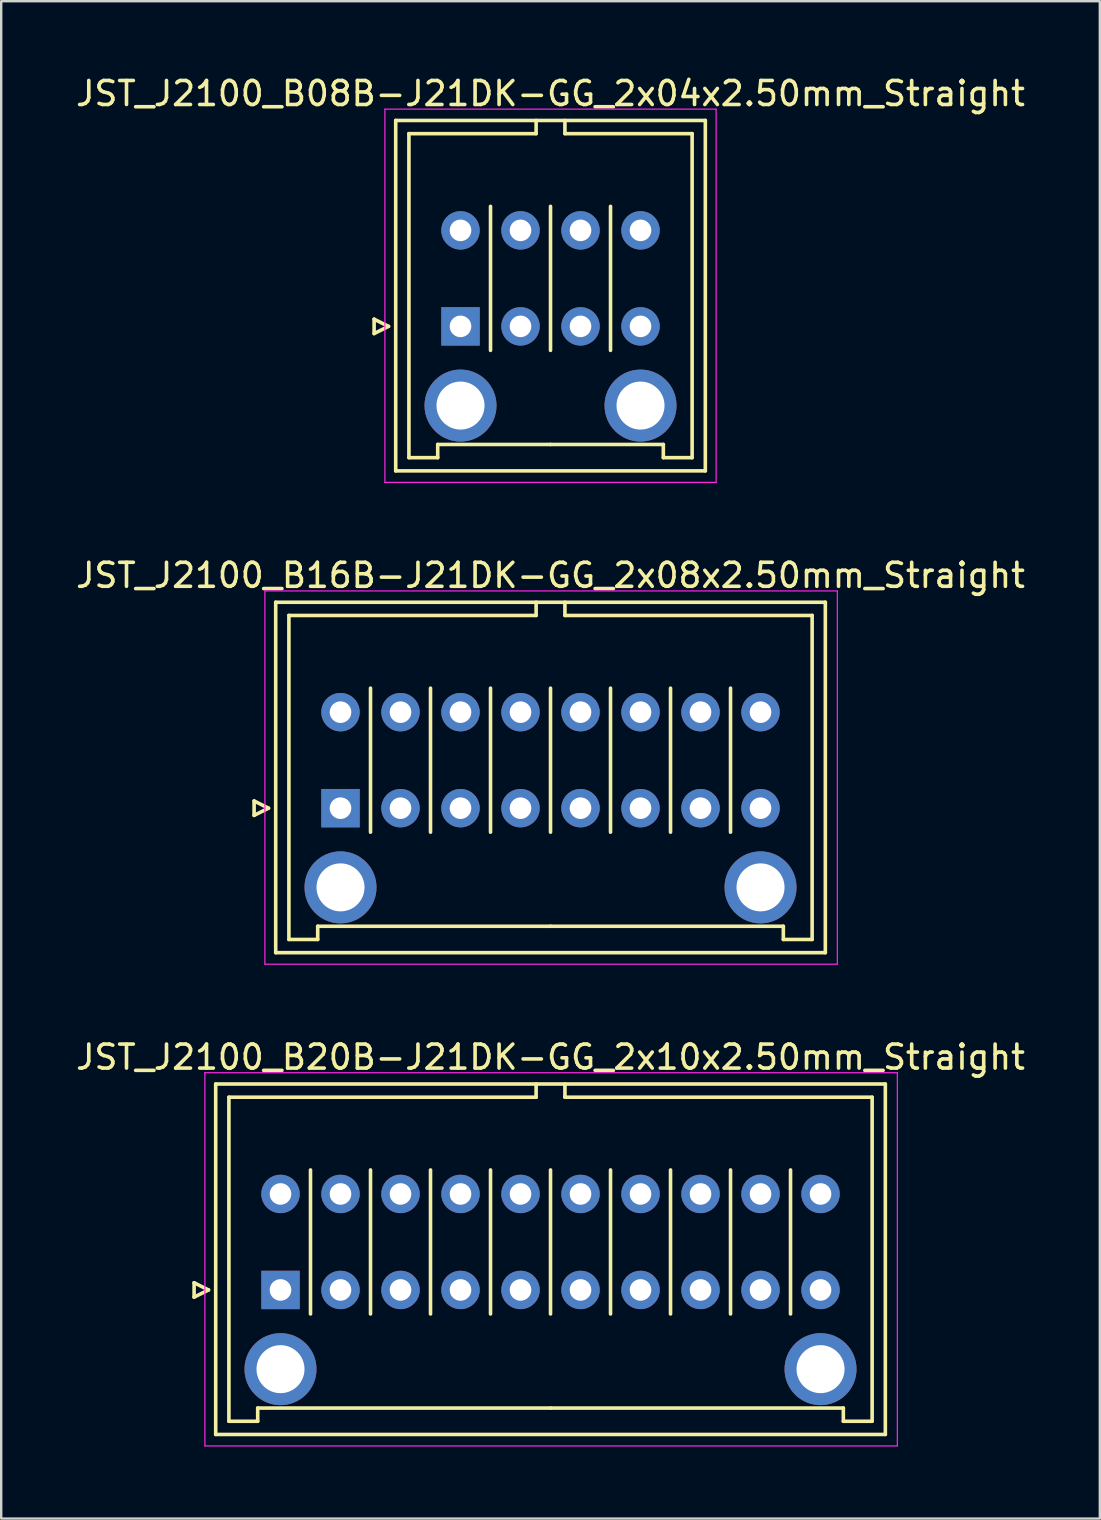
<source format=kicad_pcb>
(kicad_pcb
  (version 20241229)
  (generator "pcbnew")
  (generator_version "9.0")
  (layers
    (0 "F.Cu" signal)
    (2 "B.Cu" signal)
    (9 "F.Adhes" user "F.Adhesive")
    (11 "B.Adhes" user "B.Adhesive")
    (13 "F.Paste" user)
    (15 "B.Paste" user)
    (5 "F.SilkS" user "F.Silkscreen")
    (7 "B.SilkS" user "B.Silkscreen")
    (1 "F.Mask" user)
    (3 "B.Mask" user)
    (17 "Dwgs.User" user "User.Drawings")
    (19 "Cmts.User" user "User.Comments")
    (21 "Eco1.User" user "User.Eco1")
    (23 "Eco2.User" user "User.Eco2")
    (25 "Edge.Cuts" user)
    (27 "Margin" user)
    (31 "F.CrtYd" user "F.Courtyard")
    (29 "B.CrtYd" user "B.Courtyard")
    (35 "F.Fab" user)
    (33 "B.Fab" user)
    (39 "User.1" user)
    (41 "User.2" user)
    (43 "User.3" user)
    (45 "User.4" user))
  (footprint "JST_J2100_B08B-J21DK-GG_2x04x2.50mm_Straight"
    (layer "F.Cu")
    (at 16.137 10.548)
    (property "Reference" "JST_J2100_B08B-J21DK-GG_2x04x2.50mm_Straight" (at 3.75 -9.7 0) (layer "F.SilkS") (effects (font (size 1 1) (thickness 0.15))))
    (attr through_hole)
    (fp_line (start -3.6 -0.3) (end -3 0) (stroke (width 0.15) (type solid)) (layer "F.SilkS"))
    (fp_line (start -3.6 0.3) (end -3.6 -0.3) (stroke (width 0.15) (type solid)) (layer "F.SilkS"))
    (fp_line (start -3 0) (end -3.6 0.3) (stroke (width 0.15) (type solid)) (layer "F.SilkS"))
    (fp_line (start -2.7 -8.58) (end -2.7 6.02) (stroke (width 0.15) (type solid)) (layer "F.SilkS"))
    (fp_line (start -2.7 6.02) (end 10.2 6.02) (stroke (width 0.15) (type solid)) (layer "F.SilkS"))
    (fp_line (start -2.15 -8.03) (end -2.15 5.47) (stroke (width 0.15) (type solid)) (layer "F.SilkS"))
    (fp_line (start -2.15 5.47) (end -0.95 5.47) (stroke (width 0.15) (type solid)) (layer "F.SilkS"))
    (fp_line (start -0.95 4.92) (end 3.75 4.92) (stroke (width 0.15) (type solid)) (layer "F.SilkS"))
    (fp_line (start -0.95 5.47) (end -0.95 4.92) (stroke (width 0.15) (type solid)) (layer "F.SilkS"))
    (fp_line (start 1.25 1) (end 1.25 -5) (stroke (width 0.15) (type solid)) (layer "F.SilkS"))
    (fp_line (start 3.15 -8.58) (end 3.15 -8.03) (stroke (width 0.15) (type solid)) (layer "F.SilkS"))
    (fp_line (start 3.15 -8.03) (end -2.15 -8.03) (stroke (width 0.15) (type solid)) (layer "F.SilkS"))
    (fp_line (start 3.75 1) (end 3.75 -5) (stroke (width 0.15) (type solid)) (layer "F.SilkS"))
    (fp_line (start 4.35 -8.58) (end 4.35 -8.03) (stroke (width 0.15) (type solid)) (layer "F.SilkS"))
    (fp_line (start 4.35 -8.03) (end 9.65 -8.03) (stroke (width 0.15) (type solid)) (layer "F.SilkS"))
    (fp_line (start 6.25 1) (end 6.25 -5) (stroke (width 0.15) (type solid)) (layer "F.SilkS"))
    (fp_line (start 8.45 4.92) (end 3.75 4.92) (stroke (width 0.15) (type solid)) (layer "F.SilkS"))
    (fp_line (start 8.45 5.47) (end 8.45 4.92) (stroke (width 0.15) (type solid)) (layer "F.SilkS"))
    (fp_line (start 9.65 -8.03) (end 9.65 5.47) (stroke (width 0.15) (type solid)) (layer "F.SilkS"))
    (fp_line (start 9.65 5.47) (end 8.45 5.47) (stroke (width 0.15) (type solid)) (layer "F.SilkS"))
    (fp_line (start 10.2 -8.58) (end -2.7 -8.58) (stroke (width 0.15) (type solid)) (layer "F.SilkS"))
    (fp_line (start 10.2 6.02) (end 10.2 -8.58) (stroke (width 0.15) (type solid)) (layer "F.SilkS"))
    (fp_line (start -3.15 -9.05) (end -3.15 6.5) (stroke (width 0.05) (type solid)) (layer "F.CrtYd"))
    (fp_line (start -3.15 6.5) (end 10.65 6.5) (stroke (width 0.05) (type solid)) (layer "F.CrtYd"))
    (fp_line (start 10.65 -9.05) (end -3.15 -9.05) (stroke (width 0.05) (type solid)) (layer "F.CrtYd"))
    (fp_line (start 10.65 6.5) (end 10.65 -9.05) (stroke (width 0.05) (type solid)) (layer "F.CrtYd"))
    (pad "" thru_hole circle (at 0 3.3) (size 3 3) (drill 2) (layers "*.Cu" "*.Mask"))
    (pad "" thru_hole circle (at 7.5 3.3) (size 3 3) (drill 2) (layers "*.Cu" "*.Mask"))
    (pad "1" thru_hole rect (at 0 0) (size 1.6 1.6) (drill 0.9) (layers "*.Cu" "*.Mask"))
    (pad "2" thru_hole circle (at 0 -4) (size 1.6 1.6) (drill 0.9) (layers "*.Cu" "*.Mask"))
    (pad "3" thru_hole circle (at 2.5 0) (size 1.6 1.6) (drill 0.9) (layers "*.Cu" "*.Mask"))
    (pad "4" thru_hole circle (at 2.5 -4) (size 1.6 1.6) (drill 0.9) (layers "*.Cu" "*.Mask"))
    (pad "5" thru_hole circle (at 5 0) (size 1.6 1.6) (drill 0.9) (layers "*.Cu" "*.Mask"))
    (pad "6" thru_hole circle (at 5 -4) (size 1.6 1.6) (drill 0.9) (layers "*.Cu" "*.Mask"))
    (pad "7" thru_hole circle (at 7.5 0) (size 1.6 1.6) (drill 0.9) (layers "*.Cu" "*.Mask"))
    (pad "8" thru_hole circle (at 7.5 -4) (size 1.6 1.6) (drill 0.9) (layers "*.Cu" "*.Mask")))
  (footprint "JST_J2100_B16B-J21DK-GG_2x08x2.50mm_Straight"
    (layer "F.Cu")
    (at 11.137 30.622)
    (property "Reference" "JST_J2100_B16B-J21DK-GG_2x08x2.50mm_Straight" (at 8.75 -9.7 0) (layer "F.SilkS") (effects (font (size 1 1) (thickness 0.15))))
    (attr through_hole)
    (fp_line (start -3.6 -0.3) (end -3 0) (stroke (width 0.15) (type solid)) (layer "F.SilkS"))
    (fp_line (start -3.6 0.3) (end -3.6 -0.3) (stroke (width 0.15) (type solid)) (layer "F.SilkS"))
    (fp_line (start -3 0) (end -3.6 0.3) (stroke (width 0.15) (type solid)) (layer "F.SilkS"))
    (fp_line (start -2.7 -8.58) (end -2.7 6.02) (stroke (width 0.15) (type solid)) (layer "F.SilkS"))
    (fp_line (start -2.7 6.02) (end 20.2 6.02) (stroke (width 0.15) (type solid)) (layer "F.SilkS"))
    (fp_line (start -2.15 -8.03) (end -2.15 5.47) (stroke (width 0.15) (type solid)) (layer "F.SilkS"))
    (fp_line (start -2.15 5.47) (end -0.95 5.47) (stroke (width 0.15) (type solid)) (layer "F.SilkS"))
    (fp_line (start -0.95 4.92) (end 8.75 4.92) (stroke (width 0.15) (type solid)) (layer "F.SilkS"))
    (fp_line (start -0.95 5.47) (end -0.95 4.92) (stroke (width 0.15) (type solid)) (layer "F.SilkS"))
    (fp_line (start 1.25 1) (end 1.25 -5) (stroke (width 0.15) (type solid)) (layer "F.SilkS"))
    (fp_line (start 3.75 1) (end 3.75 -5) (stroke (width 0.15) (type solid)) (layer "F.SilkS"))
    (fp_line (start 6.25 1) (end 6.25 -5) (stroke (width 0.15) (type solid)) (layer "F.SilkS"))
    (fp_line (start 8.15 -8.58) (end 8.15 -8.03) (stroke (width 0.15) (type solid)) (layer "F.SilkS"))
    (fp_line (start 8.15 -8.03) (end -2.15 -8.03) (stroke (width 0.15) (type solid)) (layer "F.SilkS"))
    (fp_line (start 8.75 1) (end 8.75 -5) (stroke (width 0.15) (type solid)) (layer "F.SilkS"))
    (fp_line (start 9.35 -8.58) (end 9.35 -8.03) (stroke (width 0.15) (type solid)) (layer "F.SilkS"))
    (fp_line (start 9.35 -8.03) (end 19.65 -8.03) (stroke (width 0.15) (type solid)) (layer "F.SilkS"))
    (fp_line (start 11.25 1) (end 11.25 -5) (stroke (width 0.15) (type solid)) (layer "F.SilkS"))
    (fp_line (start 13.75 1) (end 13.75 -5) (stroke (width 0.15) (type solid)) (layer "F.SilkS"))
    (fp_line (start 16.25 1) (end 16.25 -5) (stroke (width 0.15) (type solid)) (layer "F.SilkS"))
    (fp_line (start 18.45 4.92) (end 8.75 4.92) (stroke (width 0.15) (type solid)) (layer "F.SilkS"))
    (fp_line (start 18.45 5.47) (end 18.45 4.92) (stroke (width 0.15) (type solid)) (layer "F.SilkS"))
    (fp_line (start 19.65 -8.03) (end 19.65 5.47) (stroke (width 0.15) (type solid)) (layer "F.SilkS"))
    (fp_line (start 19.65 5.47) (end 18.45 5.47) (stroke (width 0.15) (type solid)) (layer "F.SilkS"))
    (fp_line (start 20.2 -8.58) (end -2.7 -8.58) (stroke (width 0.15) (type solid)) (layer "F.SilkS"))
    (fp_line (start 20.2 6.02) (end 20.2 -8.58) (stroke (width 0.15) (type solid)) (layer "F.SilkS"))
    (fp_line (start -3.15 -9.05) (end -3.15 6.5) (stroke (width 0.05) (type solid)) (layer "F.CrtYd"))
    (fp_line (start -3.15 6.5) (end 20.7 6.5) (stroke (width 0.05) (type solid)) (layer "F.CrtYd"))
    (fp_line (start 20.7 -9.05) (end -3.15 -9.05) (stroke (width 0.05) (type solid)) (layer "F.CrtYd"))
    (fp_line (start 20.7 6.5) (end 20.7 -9.05) (stroke (width 0.05) (type solid)) (layer "F.CrtYd"))
    (pad "" thru_hole circle (at 0 3.3) (size 3 3) (drill 2) (layers "*.Cu" "*.Mask"))
    (pad "" thru_hole circle (at 17.5 3.3) (size 3 3) (drill 2) (layers "*.Cu" "*.Mask"))
    (pad "1" thru_hole rect (at 0 0) (size 1.6 1.6) (drill 0.9) (layers "*.Cu" "*.Mask"))
    (pad "2" thru_hole circle (at 0 -4) (size 1.6 1.6) (drill 0.9) (layers "*.Cu" "*.Mask"))
    (pad "3" thru_hole circle (at 2.5 0) (size 1.6 1.6) (drill 0.9) (layers "*.Cu" "*.Mask"))
    (pad "4" thru_hole circle (at 2.5 -4) (size 1.6 1.6) (drill 0.9) (layers "*.Cu" "*.Mask"))
    (pad "5" thru_hole circle (at 5 0) (size 1.6 1.6) (drill 0.9) (layers "*.Cu" "*.Mask"))
    (pad "6" thru_hole circle (at 5 -4) (size 1.6 1.6) (drill 0.9) (layers "*.Cu" "*.Mask"))
    (pad "7" thru_hole circle (at 7.5 0) (size 1.6 1.6) (drill 0.9) (layers "*.Cu" "*.Mask"))
    (pad "8" thru_hole circle (at 7.5 -4) (size 1.6 1.6) (drill 0.9) (layers "*.Cu" "*.Mask"))
    (pad "9" thru_hole circle (at 10 0) (size 1.6 1.6) (drill 0.9) (layers "*.Cu" "*.Mask"))
    (pad "10" thru_hole circle (at 10 -4) (size 1.6 1.6) (drill 0.9) (layers "*.Cu" "*.Mask"))
    (pad "11" thru_hole circle (at 12.5 0) (size 1.6 1.6) (drill 0.9) (layers "*.Cu" "*.Mask"))
    (pad "12" thru_hole circle (at 12.5 -4) (size 1.6 1.6) (drill 0.9) (layers "*.Cu" "*.Mask"))
    (pad "13" thru_hole circle (at 15 0) (size 1.6 1.6) (drill 0.9) (layers "*.Cu" "*.Mask"))
    (pad "14" thru_hole circle (at 15 -4) (size 1.6 1.6) (drill 0.9) (layers "*.Cu" "*.Mask"))
    (pad "15" thru_hole circle (at 17.5 0) (size 1.6 1.6) (drill 0.9) (layers "*.Cu" "*.Mask"))
    (pad "16" thru_hole circle (at 17.5 -4) (size 1.6 1.6) (drill 0.9) (layers "*.Cu" "*.Mask")))
  (footprint "JST_J2100_B20B-J21DK-GG_2x10x2.50mm_Straight"
    (layer "F.Cu")
    (at 8.637 50.695)
    (property "Reference" "JST_J2100_B20B-J21DK-GG_2x10x2.50mm_Straight" (at 11.25 -9.7 0) (layer "F.SilkS") (effects (font (size 1 1) (thickness 0.15))))
    (attr through_hole)
    (fp_line (start -3.6 -0.3) (end -3 0) (stroke (width 0.15) (type solid)) (layer "F.SilkS"))
    (fp_line (start -3.6 0.3) (end -3.6 -0.3) (stroke (width 0.15) (type solid)) (layer "F.SilkS"))
    (fp_line (start -3 0) (end -3.6 0.3) (stroke (width 0.15) (type solid)) (layer "F.SilkS"))
    (fp_line (start -2.7 -8.58) (end -2.7 6.02) (stroke (width 0.15) (type solid)) (layer "F.SilkS"))
    (fp_line (start -2.7 6.02) (end 25.2 6.02) (stroke (width 0.15) (type solid)) (layer "F.SilkS"))
    (fp_line (start -2.15 -8.03) (end -2.15 5.47) (stroke (width 0.15) (type solid)) (layer "F.SilkS"))
    (fp_line (start -2.15 5.47) (end -0.95 5.47) (stroke (width 0.15) (type solid)) (layer "F.SilkS"))
    (fp_line (start -0.95 4.92) (end 11.25 4.92) (stroke (width 0.15) (type solid)) (layer "F.SilkS"))
    (fp_line (start -0.95 5.47) (end -0.95 4.92) (stroke (width 0.15) (type solid)) (layer "F.SilkS"))
    (fp_line (start 1.25 1) (end 1.25 -5) (stroke (width 0.15) (type solid)) (layer "F.SilkS"))
    (fp_line (start 3.75 1) (end 3.75 -5) (stroke (width 0.15) (type solid)) (layer "F.SilkS"))
    (fp_line (start 6.25 1) (end 6.25 -5) (stroke (width 0.15) (type solid)) (layer "F.SilkS"))
    (fp_line (start 8.75 1) (end 8.75 -5) (stroke (width 0.15) (type solid)) (layer "F.SilkS"))
    (fp_line (start 10.65 -8.58) (end 10.65 -8.03) (stroke (width 0.15) (type solid)) (layer "F.SilkS"))
    (fp_line (start 10.65 -8.03) (end -2.15 -8.03) (stroke (width 0.15) (type solid)) (layer "F.SilkS"))
    (fp_line (start 11.25 1) (end 11.25 -5) (stroke (width 0.15) (type solid)) (layer "F.SilkS"))
    (fp_line (start 11.85 -8.58) (end 11.85 -8.03) (stroke (width 0.15) (type solid)) (layer "F.SilkS"))
    (fp_line (start 11.85 -8.03) (end 24.65 -8.03) (stroke (width 0.15) (type solid)) (layer "F.SilkS"))
    (fp_line (start 13.75 1) (end 13.75 -5) (stroke (width 0.15) (type solid)) (layer "F.SilkS"))
    (fp_line (start 16.25 1) (end 16.25 -5) (stroke (width 0.15) (type solid)) (layer "F.SilkS"))
    (fp_line (start 18.75 1) (end 18.75 -5) (stroke (width 0.15) (type solid)) (layer "F.SilkS"))
    (fp_line (start 21.25 1) (end 21.25 -5) (stroke (width 0.15) (type solid)) (layer "F.SilkS"))
    (fp_line (start 23.45 4.92) (end 11.25 4.92) (stroke (width 0.15) (type solid)) (layer "F.SilkS"))
    (fp_line (start 23.45 5.47) (end 23.45 4.92) (stroke (width 0.15) (type solid)) (layer "F.SilkS"))
    (fp_line (start 24.65 -8.03) (end 24.65 5.47) (stroke (width 0.15) (type solid)) (layer "F.SilkS"))
    (fp_line (start 24.65 5.47) (end 23.45 5.47) (stroke (width 0.15) (type solid)) (layer "F.SilkS"))
    (fp_line (start 25.2 -8.58) (end -2.7 -8.58) (stroke (width 0.15) (type solid)) (layer "F.SilkS"))
    (fp_line (start 25.2 6.02) (end 25.2 -8.58) (stroke (width 0.15) (type solid)) (layer "F.SilkS"))
    (fp_line (start -3.15 -9.05) (end -3.15 6.5) (stroke (width 0.05) (type solid)) (layer "F.CrtYd"))
    (fp_line (start -3.15 6.5) (end 25.7 6.5) (stroke (width 0.05) (type solid)) (layer "F.CrtYd"))
    (fp_line (start 25.7 -9.05) (end -3.15 -9.05) (stroke (width 0.05) (type solid)) (layer "F.CrtYd"))
    (fp_line (start 25.7 6.5) (end 25.7 -9.05) (stroke (width 0.05) (type solid)) (layer "F.CrtYd"))
    (pad "" thru_hole circle (at 0 3.3) (size 3 3) (drill 2) (layers "*.Cu" "*.Mask"))
    (pad "" thru_hole circle (at 22.5 3.3) (size 3 3) (drill 2) (layers "*.Cu" "*.Mask"))
    (pad "1" thru_hole rect (at 0 0) (size 1.6 1.6) (drill 0.9) (layers "*.Cu" "*.Mask"))
    (pad "2" thru_hole circle (at 0 -4) (size 1.6 1.6) (drill 0.9) (layers "*.Cu" "*.Mask"))
    (pad "3" thru_hole circle (at 2.5 0) (size 1.6 1.6) (drill 0.9) (layers "*.Cu" "*.Mask"))
    (pad "4" thru_hole circle (at 2.5 -4) (size 1.6 1.6) (drill 0.9) (layers "*.Cu" "*.Mask"))
    (pad "5" thru_hole circle (at 5 0) (size 1.6 1.6) (drill 0.9) (layers "*.Cu" "*.Mask"))
    (pad "6" thru_hole circle (at 5 -4) (size 1.6 1.6) (drill 0.9) (layers "*.Cu" "*.Mask"))
    (pad "7" thru_hole circle (at 7.5 0) (size 1.6 1.6) (drill 0.9) (layers "*.Cu" "*.Mask"))
    (pad "8" thru_hole circle (at 7.5 -4) (size 1.6 1.6) (drill 0.9) (layers "*.Cu" "*.Mask"))
    (pad "9" thru_hole circle (at 10 0) (size 1.6 1.6) (drill 0.9) (layers "*.Cu" "*.Mask"))
    (pad "10" thru_hole circle (at 10 -4) (size 1.6 1.6) (drill 0.9) (layers "*.Cu" "*.Mask"))
    (pad "11" thru_hole circle (at 12.5 0) (size 1.6 1.6) (drill 0.9) (layers "*.Cu" "*.Mask"))
    (pad "12" thru_hole circle (at 12.5 -4) (size 1.6 1.6) (drill 0.9) (layers "*.Cu" "*.Mask"))
    (pad "13" thru_hole circle (at 15 0) (size 1.6 1.6) (drill 0.9) (layers "*.Cu" "*.Mask"))
    (pad "14" thru_hole circle (at 15 -4) (size 1.6 1.6) (drill 0.9) (layers "*.Cu" "*.Mask"))
    (pad "15" thru_hole circle (at 17.5 0) (size 1.6 1.6) (drill 0.9) (layers "*.Cu" "*.Mask"))
    (pad "16" thru_hole circle (at 17.5 -4) (size 1.6 1.6) (drill 0.9) (layers "*.Cu" "*.Mask"))
    (pad "17" thru_hole circle (at 20 0) (size 1.6 1.6) (drill 0.9) (layers "*.Cu" "*.Mask"))
    (pad "18" thru_hole circle (at 20 -4) (size 1.6 1.6) (drill 0.9) (layers "*.Cu" "*.Mask"))
    (pad "19" thru_hole circle (at 22.5 0) (size 1.6 1.6) (drill 0.9) (layers "*.Cu" "*.Mask"))
    (pad "20" thru_hole circle (at 22.5 -4) (size 1.6 1.6) (drill 0.9) (layers "*.Cu" "*.Mask")))
  (gr_rect
    (start -3 -3)
    (end 42.774 60.22)
    (stroke (width 0.1) (type default))
    (fill no)
    (layer "Edge.Cuts")))
</source>
